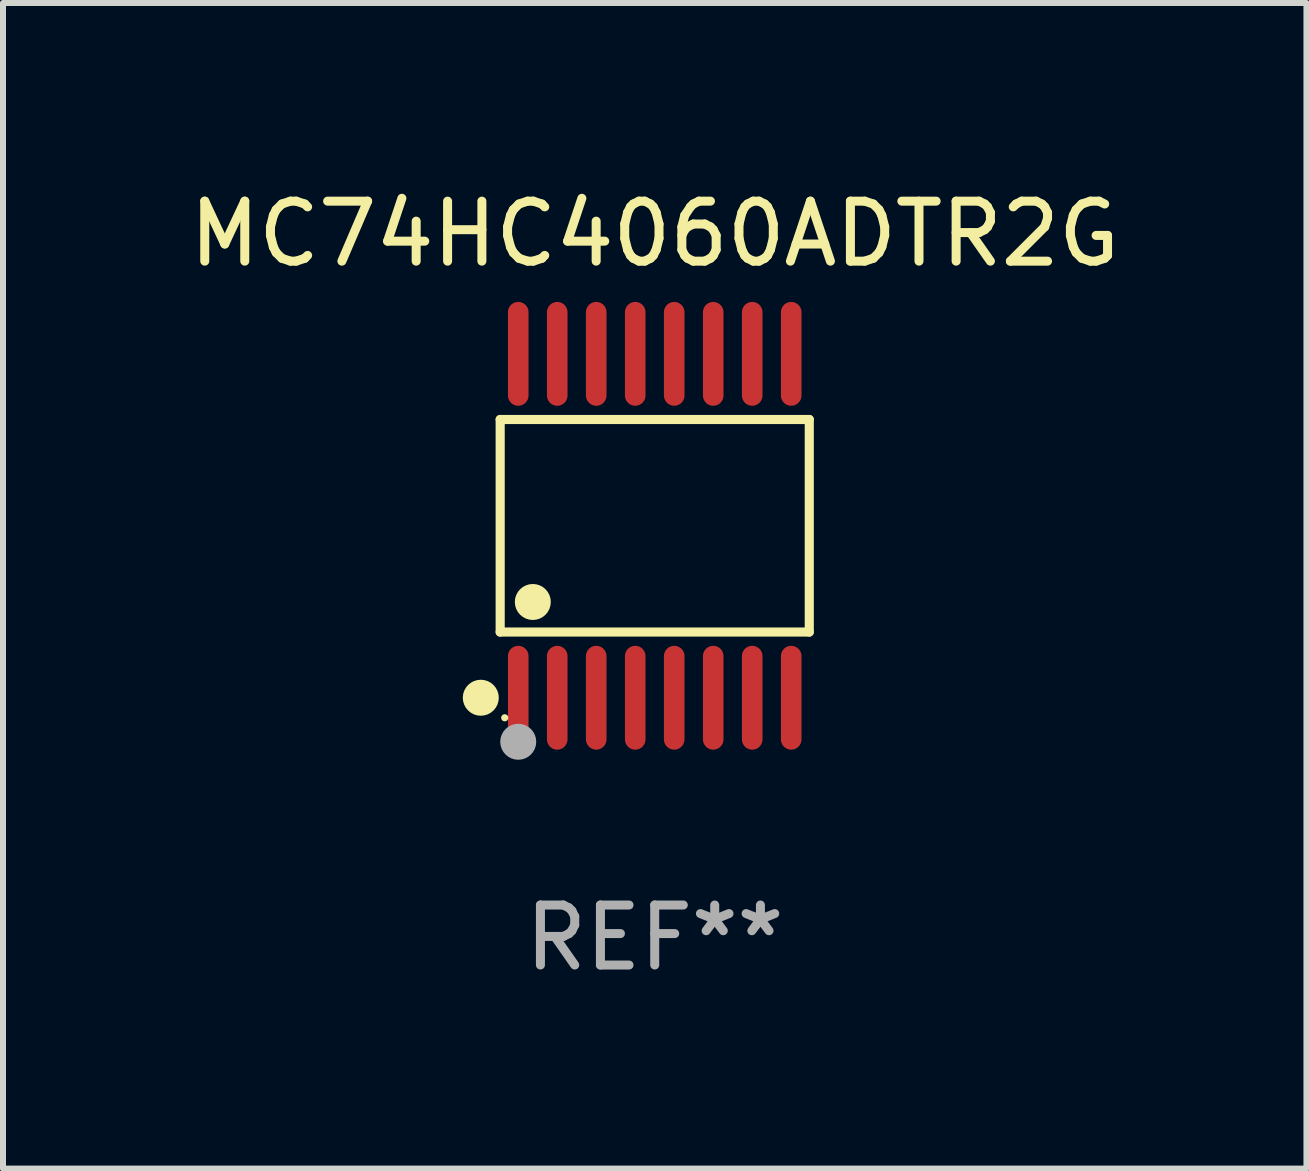
<source format=kicad_pcb>
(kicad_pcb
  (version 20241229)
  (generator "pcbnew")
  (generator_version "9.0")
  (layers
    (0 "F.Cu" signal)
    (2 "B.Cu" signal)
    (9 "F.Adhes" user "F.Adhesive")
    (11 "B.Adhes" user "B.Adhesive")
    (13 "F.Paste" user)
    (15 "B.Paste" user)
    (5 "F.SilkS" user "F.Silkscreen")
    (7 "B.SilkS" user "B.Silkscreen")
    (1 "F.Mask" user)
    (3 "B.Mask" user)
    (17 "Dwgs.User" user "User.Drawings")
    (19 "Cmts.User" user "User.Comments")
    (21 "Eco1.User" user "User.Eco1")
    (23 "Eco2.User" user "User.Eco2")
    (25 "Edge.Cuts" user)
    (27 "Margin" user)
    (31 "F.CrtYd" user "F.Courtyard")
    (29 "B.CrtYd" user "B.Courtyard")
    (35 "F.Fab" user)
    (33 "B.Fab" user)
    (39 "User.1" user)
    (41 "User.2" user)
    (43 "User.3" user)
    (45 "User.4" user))
  (footprint "MC74HC4060ADTR2G"
    (layer "F.Cu")
    (at 7.863 5.714)
    (property "Reference" "MC74HC4060ADTR2G" (at 0 -4.866 0) (layer "F.SilkS") (effects (font (size 1 1) (thickness 0.15))))
    (attr through_hole)
    (fp_line (start -2.576 -1.772) (end 2.576 -1.772) (stroke (width 0.152) (type solid)) (layer "F.SilkS"))
    (fp_line (start -2.576 1.771) (end -2.576 -1.772) (stroke (width 0.152) (type solid)) (layer "F.SilkS"))
    (fp_line (start 2.576 -1.772) (end 2.576 1.771) (stroke (width 0.152) (type solid)) (layer "F.SilkS"))
    (fp_line (start 2.576 1.771) (end -2.576 1.771) (stroke (width 0.152) (type solid)) (layer "F.SilkS"))
    (fp_circle (center -2.899 2.866) (end -2.749 2.866) (stroke (width 0.3) (type solid)) (fill no) (layer "F.SilkS"))
    (fp_circle (center -2.5 3.2) (end -2.47 3.2) (stroke (width 0.06) (type solid)) (fill no) (layer "F.SilkS"))
    (fp_circle (center -2.032 1.27) (end -1.882 1.27) (stroke (width 0.3) (type solid)) (fill no) (layer "F.SilkS"))
    (fp_circle (center -2.275 3.6) (end -2.125 3.6) (stroke (width 0.3) (type solid)) (fill no) (layer "F.Fab"))
    (fp_text user "REF**" (at 0 6.866 0) (layer "F.Fab") (effects (font (size 1 1) (thickness 0.15))))
    (pad "1" smd oval (at -2.275 2.866) (size 0.343 1.731) (layers "F.Cu" "F.Mask" "F.Paste"))
    (pad "2" smd oval (at -1.625 2.866) (size 0.343 1.731) (layers "F.Cu" "F.Mask" "F.Paste"))
    (pad "3" smd oval (at -0.975 2.866) (size 0.343 1.731) (layers "F.Cu" "F.Mask" "F.Paste"))
    (pad "4" smd oval (at -0.325 2.866) (size 0.343 1.731) (layers "F.Cu" "F.Mask" "F.Paste"))
    (pad "5" smd oval (at 0.325 2.866) (size 0.343 1.731) (layers "F.Cu" "F.Mask" "F.Paste"))
    (pad "6" smd oval (at 0.975 2.866) (size 0.343 1.731) (layers "F.Cu" "F.Mask" "F.Paste"))
    (pad "7" smd oval (at 1.625 2.866) (size 0.343 1.731) (layers "F.Cu" "F.Mask" "F.Paste"))
    (pad "8" smd oval (at 2.275 2.866) (size 0.343 1.731) (layers "F.Cu" "F.Mask" "F.Paste"))
    (pad "9" smd oval (at 2.275 -2.866) (size 0.343 1.731) (layers "F.Cu" "F.Mask" "F.Paste"))
    (pad "10" smd oval (at 1.625 -2.866) (size 0.343 1.731) (layers "F.Cu" "F.Mask" "F.Paste"))
    (pad "11" smd oval (at 0.975 -2.866) (size 0.343 1.731) (layers "F.Cu" "F.Mask" "F.Paste"))
    (pad "12" smd oval (at 0.325 -2.866) (size 0.343 1.731) (layers "F.Cu" "F.Mask" "F.Paste"))
    (pad "13" smd oval (at -0.325 -2.866) (size 0.343 1.731) (layers "F.Cu" "F.Mask" "F.Paste"))
    (pad "14" smd oval (at -0.975 -2.866) (size 0.343 1.731) (layers "F.Cu" "F.Mask" "F.Paste"))
    (pad "15" smd oval (at -1.625 -2.866) (size 0.343 1.731) (layers "F.Cu" "F.Mask" "F.Paste"))
    (pad "16" smd oval (at -2.275 -2.866) (size 0.343 1.731) (layers "F.Cu" "F.Mask" "F.Paste")))
  (gr_rect
    (start -3 -3)
    (end 18.726 16.428)
    (stroke (width 0.1) (type default))
    (fill no)
    (layer "Edge.Cuts")))
</source>
